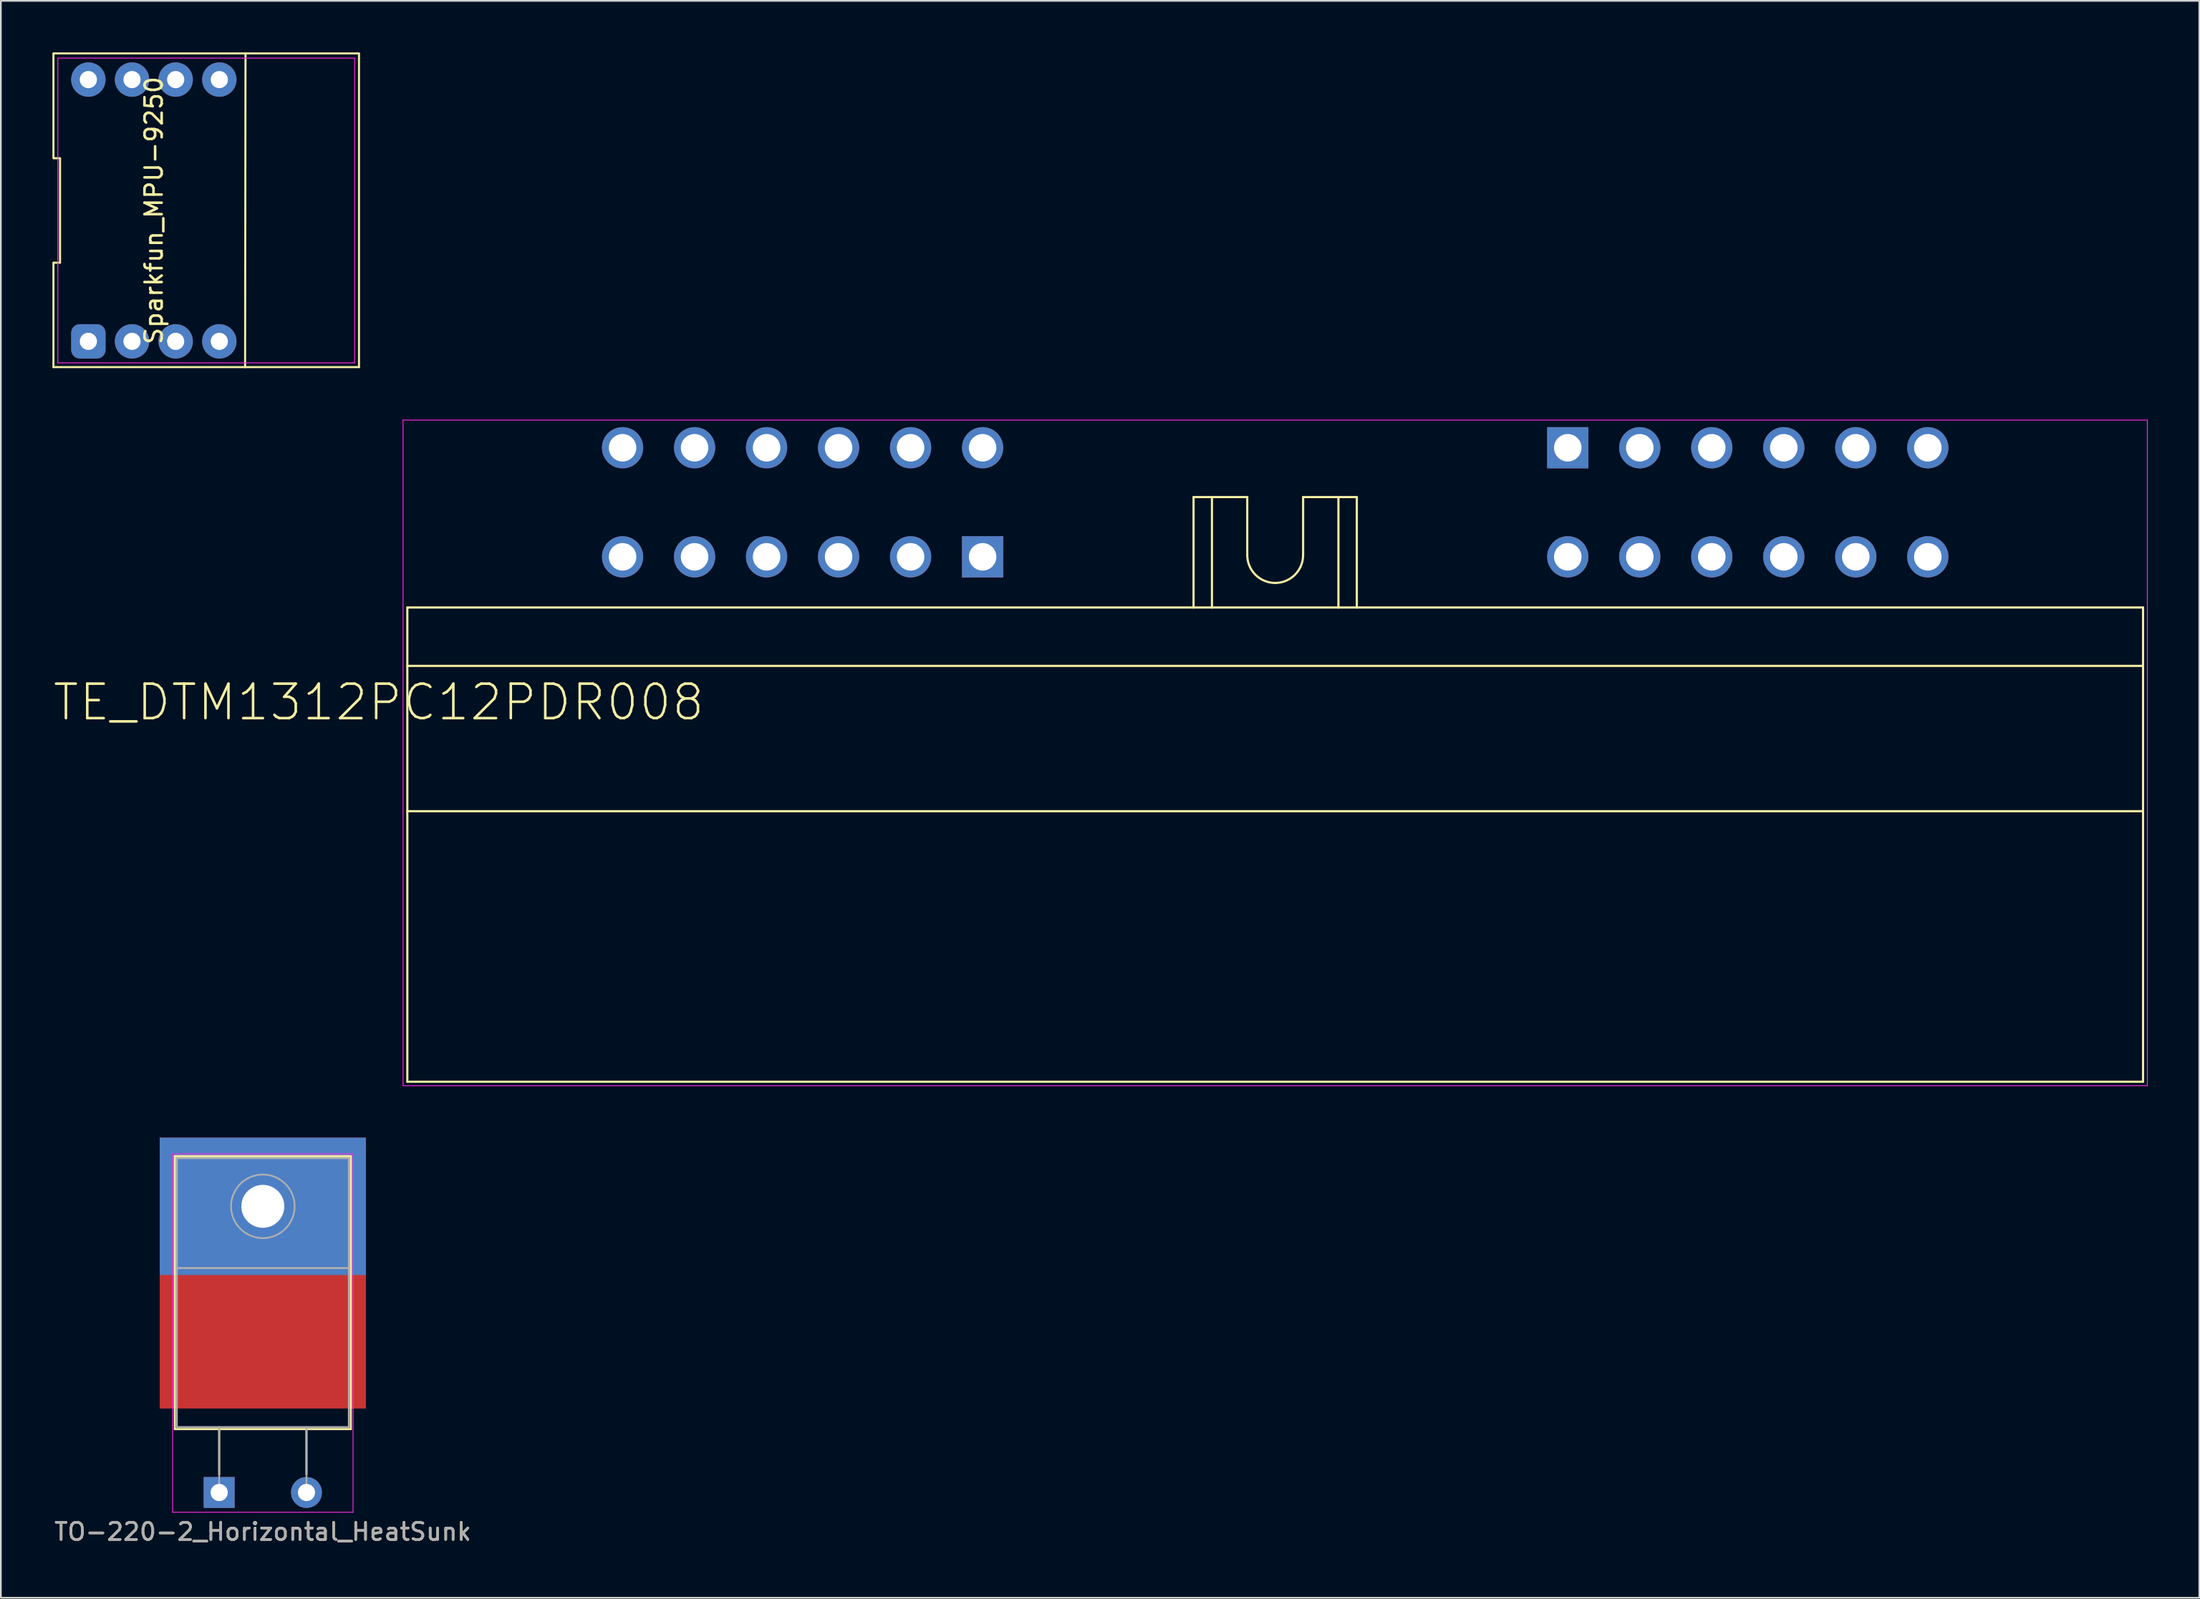
<source format=kicad_pcb>
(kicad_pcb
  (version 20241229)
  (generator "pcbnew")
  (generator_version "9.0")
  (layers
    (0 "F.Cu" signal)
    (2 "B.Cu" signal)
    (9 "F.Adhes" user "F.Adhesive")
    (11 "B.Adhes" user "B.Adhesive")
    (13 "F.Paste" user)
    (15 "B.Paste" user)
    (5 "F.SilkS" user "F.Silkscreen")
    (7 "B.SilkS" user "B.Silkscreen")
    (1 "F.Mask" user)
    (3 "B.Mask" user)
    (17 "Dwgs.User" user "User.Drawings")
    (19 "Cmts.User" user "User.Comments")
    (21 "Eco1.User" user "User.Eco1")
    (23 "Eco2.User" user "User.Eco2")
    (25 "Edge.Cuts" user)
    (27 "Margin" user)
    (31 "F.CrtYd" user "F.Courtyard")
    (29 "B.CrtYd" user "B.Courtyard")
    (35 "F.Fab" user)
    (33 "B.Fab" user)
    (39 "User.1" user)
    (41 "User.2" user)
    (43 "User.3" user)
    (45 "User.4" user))
  (footprint "TE_DTM1312PC12PDR008"
    (layer "F.Cu")
    (at 71.152 27.409)
    (property "Reference" "TE_DTM1312PC12PDR008" (at -52.169 10.43 180) (layer "F.SilkS") (effects (font (size 2.006 2.006) (thickness 0.15))))
    (attr through_hole)
    (fp_line (start -50.5 4.91) (end -4.75 4.91) (stroke (width 0.127) (type solid)) (layer "F.SilkS"))
    (fp_line (start -50.5 8.31) (end -50.5 4.91) (stroke (width 0.127) (type solid)) (layer "F.SilkS"))
    (fp_line (start -50.5 8.31) (end 50.5 8.31) (stroke (width 0.127) (type solid)) (layer "F.SilkS"))
    (fp_line (start -50.5 16.77) (end -50.5 8.31) (stroke (width 0.127) (type solid)) (layer "F.SilkS"))
    (fp_line (start -50.5 16.77) (end -50.5 32.52) (stroke (width 0.127) (type solid)) (layer "F.SilkS"))
    (fp_line (start -50.5 32.52) (end 50.5 32.52) (stroke (width 0.127) (type solid)) (layer "F.SilkS"))
    (fp_line (start -4.75 -1.52) (end -3.68 -1.52) (stroke (width 0.127) (type solid)) (layer "F.SilkS"))
    (fp_line (start -4.75 4.91) (end -4.75 -1.52) (stroke (width 0.127) (type solid)) (layer "F.SilkS"))
    (fp_line (start -4.75 4.91) (end -3.68 4.91) (stroke (width 0.127) (type solid)) (layer "F.SilkS"))
    (fp_line (start -3.68 -1.52) (end -1.625 -1.52) (stroke (width 0.127) (type solid)) (layer "F.SilkS"))
    (fp_line (start -3.68 4.91) (end -3.68 -1.52) (stroke (width 0.127) (type solid)) (layer "F.SilkS"))
    (fp_line (start -3.68 4.91) (end 3.68 4.91) (stroke (width 0.127) (type solid)) (layer "F.SilkS"))
    (fp_line (start -1.625 -1.52) (end -1.625 1.855) (stroke (width 0.127) (type solid)) (layer "F.SilkS"))
    (fp_line (start 1.625 -1.52) (end 3.68 -1.52) (stroke (width 0.127) (type solid)) (layer "F.SilkS"))
    (fp_line (start 1.625 1.855) (end 1.625 -1.52) (stroke (width 0.127) (type solid)) (layer "F.SilkS"))
    (fp_line (start 3.68 -1.52) (end 4.75 -1.52) (stroke (width 0.127) (type solid)) (layer "F.SilkS"))
    (fp_line (start 3.68 4.91) (end 3.68 -1.52) (stroke (width 0.127) (type solid)) (layer "F.SilkS"))
    (fp_line (start 3.68 4.91) (end 4.75 4.91) (stroke (width 0.127) (type solid)) (layer "F.SilkS"))
    (fp_line (start 4.75 -1.52) (end 4.75 4.91) (stroke (width 0.127) (type solid)) (layer "F.SilkS"))
    (fp_line (start 4.75 4.91) (end 50.5 4.91) (stroke (width 0.127) (type solid)) (layer "F.SilkS"))
    (fp_line (start 50.5 4.91) (end 50.5 8.31) (stroke (width 0.127) (type solid)) (layer "F.SilkS"))
    (fp_line (start 50.5 8.31) (end 50.5 16.77) (stroke (width 0.127) (type solid)) (layer "F.SilkS"))
    (fp_line (start 50.5 16.77) (end -50.5 16.77) (stroke (width 0.127) (type solid)) (layer "F.SilkS"))
    (fp_line (start 50.5 32.52) (end 50.5 16.77) (stroke (width 0.127) (type solid)) (layer "F.SilkS"))
    (fp_arc (start 0 3.48) (mid -1.149049 3.004049) (end -1.625 1.855) (stroke (width 0.127) (type solid)) (layer "F.SilkS"))
    (fp_arc (start 1.625 1.855) (mid 1.149049 3.004049) (end 0 3.48) (stroke (width 0.127) (type solid)) (layer "F.SilkS"))
    (fp_line (start -50.75 -6) (end -50.75 32.75) (stroke (width 0.05) (type solid)) (layer "F.CrtYd"))
    (fp_line (start -50.75 32.75) (end 50.75 32.75) (stroke (width 0.05) (type solid)) (layer "F.CrtYd"))
    (fp_line (start 50.75 -6) (end -50.75 -6) (stroke (width 0.05) (type solid)) (layer "F.CrtYd"))
    (fp_line (start 50.75 32.75) (end 50.75 -6) (stroke (width 0.05) (type solid)) (layer "F.CrtYd"))
    (pad "C1" thru_hole rect (at -17.025 1.96) (size 2.4 2.4) (drill 1.6) (layers "*.Cu" "*.Mask"))
    (pad "C2" thru_hole circle (at -21.215 1.96) (size 2.4 2.4) (drill 1.6) (layers "*.Cu" "*.Mask"))
    (pad "C3" thru_hole circle (at -25.405 1.96) (size 2.4 2.4) (drill 1.6) (layers "*.Cu" "*.Mask"))
    (pad "C4" thru_hole circle (at -29.595 1.96) (size 2.4 2.4) (drill 1.6) (layers "*.Cu" "*.Mask"))
    (pad "C5" thru_hole circle (at -33.785 1.96) (size 2.4 2.4) (drill 1.6) (layers "*.Cu" "*.Mask"))
    (pad "C6" thru_hole circle (at -37.975 1.96) (size 2.4 2.4) (drill 1.6) (layers "*.Cu" "*.Mask"))
    (pad "C7" thru_hole circle (at -37.975 -4.39) (size 2.4 2.4) (drill 1.6) (layers "*.Cu" "*.Mask"))
    (pad "C8" thru_hole circle (at -33.785 -4.39) (size 2.4 2.4) (drill 1.6) (layers "*.Cu" "*.Mask"))
    (pad "C9" thru_hole circle (at -29.595 -4.39) (size 2.4 2.4) (drill 1.6) (layers "*.Cu" "*.Mask"))
    (pad "C10" thru_hole circle (at -25.405 -4.39) (size 2.4 2.4) (drill 1.6) (layers "*.Cu" "*.Mask"))
    (pad "C11" thru_hole circle (at -21.215 -4.39) (size 2.4 2.4) (drill 1.6) (layers "*.Cu" "*.Mask"))
    (pad "C12" thru_hole circle (at -17.025 -4.39) (size 2.4 2.4) (drill 1.6) (layers "*.Cu" "*.Mask"))
    (pad "D1" thru_hole rect (at 17.025 -4.39) (size 2.4 2.4) (drill 1.6) (layers "*.Cu" "*.Mask"))
    (pad "D2" thru_hole circle (at 21.215 -4.39) (size 2.4 2.4) (drill 1.6) (layers "*.Cu" "*.Mask"))
    (pad "D3" thru_hole circle (at 25.405 -4.39) (size 2.4 2.4) (drill 1.6) (layers "*.Cu" "*.Mask"))
    (pad "D4" thru_hole circle (at 29.595 -4.39) (size 2.4 2.4) (drill 1.6) (layers "*.Cu" "*.Mask"))
    (pad "D5" thru_hole circle (at 33.785 -4.39) (size 2.4 2.4) (drill 1.6) (layers "*.Cu" "*.Mask"))
    (pad "D6" thru_hole circle (at 37.975 -4.39) (size 2.4 2.4) (drill 1.6) (layers "*.Cu" "*.Mask"))
    (pad "D7" thru_hole circle (at 37.975 1.96) (size 2.4 2.4) (drill 1.6) (layers "*.Cu" "*.Mask"))
    (pad "D8" thru_hole circle (at 33.785 1.96) (size 2.4 2.4) (drill 1.6) (layers "*.Cu" "*.Mask"))
    (pad "D9" thru_hole circle (at 29.595 1.96) (size 2.4 2.4) (drill 1.6) (layers "*.Cu" "*.Mask"))
    (pad "D10" thru_hole circle (at 25.405 1.96) (size 2.4 2.4) (drill 1.6) (layers "*.Cu" "*.Mask"))
    (pad "D11" thru_hole circle (at 21.215 1.96) (size 2.4 2.4) (drill 1.6) (layers "*.Cu" "*.Mask"))
    (pad "D12" thru_hole circle (at 17.025 1.96) (size 2.4 2.4) (drill 1.6) (layers "*.Cu" "*.Mask")))
  (footprint "Sparkfun_MPU-9250"
    (layer "F.Cu")
    (at 5.902 9.204)
    (property "Reference" "Sparkfun_MPU-9250" (at 0 0 270) (layer "F.SilkS") (effects (font (size 1 1) (thickness 0.15))))
    (attr through_hole)
    (fp_line (start -5.842 3.04) (end -5.842 9.12) (stroke (width 0.12) (type solid)) (layer "F.SilkS"))
    (fp_line (start -5.842 9.12) (end 5.31 9.12) (stroke (width 0.12) (type solid)) (layer "F.SilkS"))
    (fp_line (start -5.842 -9.128) (end -5.842 -3.048) (stroke (width 0.12) (type solid)) (layer "F.SilkS"))
    (fp_line (start -5.818 -3.04) (end -5.458 -3.04) (stroke (width 0.12) (type solid)) (layer "F.SilkS"))
    (fp_line (start -5.458 -3.04) (end -5.458 3.04) (stroke (width 0.12) (type solid)) (layer "F.SilkS"))
    (fp_line (start -5.458 3.04) (end -5.818 3.04) (stroke (width 0.12) (type solid)) (layer "F.SilkS"))
    (fp_line (start 5.31 9.12) (end 11.938 9.12) (stroke (width 0.12) (type solid)) (layer "F.SilkS"))
    (fp_line (start 5.334 -9.144) (end 5.31 9.12) (stroke (width 0.12) (type solid)) (layer "F.SilkS"))
    (fp_line (start 11.938 9.12) (end 11.938 -9.12) (stroke (width 0.12) (type solid)) (layer "F.SilkS"))
    (fp_line (start 11.938 -9.144) (end -5.842 -9.144) (stroke (width 0.12) (type solid)) (layer "F.SilkS"))
    (fp_line (start -5.588 -8.87) (end 11.684 -8.87) (stroke (width 0.05) (type solid)) (layer "F.CrtYd"))
    (fp_line (start -5.588 8.87) (end -5.588 -8.87) (stroke (width 0.05) (type solid)) (layer "F.CrtYd"))
    (fp_line (start 11.684 -8.87) (end 11.684 8.87) (stroke (width 0.05) (type solid)) (layer "F.CrtYd"))
    (fp_line (start 11.684 8.87) (end -5.588 8.87) (stroke (width 0.05) (type solid)) (layer "F.CrtYd"))
    (pad "1" thru_hole roundrect (at -3.81 7.62) (size 2 2) (drill 1) (layers "*.Cu" "*.Mask") (roundrect_rratio 0.25))
    (pad "2" thru_hole circle (at -1.27 7.62) (size 2 2) (drill 1) (layers "*.Cu" "*.Mask"))
    (pad "3" thru_hole circle (at 1.27 7.62) (size 2 2) (drill 1) (layers "*.Cu" "*.Mask"))
    (pad "4" thru_hole circle (at 3.81 7.62) (size 2 2) (drill 1) (layers "*.Cu" "*.Mask"))
    (pad "5" thru_hole circle (at 3.81 -7.62) (size 2 2) (drill 1) (layers "*.Cu" "*.Mask"))
    (pad "6" thru_hole circle (at 1.27 -7.62) (size 2 2) (drill 1) (layers "*.Cu" "*.Mask"))
    (pad "7" thru_hole circle (at -1.27 -7.62) (size 2 2) (drill 1) (layers "*.Cu" "*.Mask"))
    (pad "8" thru_hole circle (at -3.81 -7.62) (size 2 2) (drill 1) (layers "*.Cu" "*.Mask")))
  (footprint "TO-220-2_Horizontal_HeatSunk"
    (layer "F.Cu")
    (at 9.704 83.844)
    (property "Reference" "TO-220-2_Horizontal_HeatSunk" (at 2.54 2.28 0) (layer "F.SilkS") (effects (font (size 1 1) (thickness 0.15))))
    (attr through_hole)
    (fp_line (start -2.58 -19.58) (end -2.58 -3.69) (stroke (width 0.12) (type solid)) (layer "F.SilkS"))
    (fp_line (start -2.58 -19.58) (end 7.66 -19.58) (stroke (width 0.12) (type solid)) (layer "F.SilkS"))
    (fp_line (start -2.58 -3.69) (end 7.66 -3.69) (stroke (width 0.12) (type solid)) (layer "F.SilkS"))
    (fp_line (start 0 -3.69) (end 0 -1.05) (stroke (width 0.12) (type solid)) (layer "F.SilkS"))
    (fp_line (start 5.08 -3.69) (end 5.08 -1.066) (stroke (width 0.12) (type solid)) (layer "F.SilkS"))
    (fp_line (start 7.66 -19.58) (end 7.66 -3.69) (stroke (width 0.12) (type solid)) (layer "F.SilkS"))
    (fp_line (start -2.71 -19.71) (end -2.71 1.15) (stroke (width 0.05) (type solid)) (layer "F.CrtYd"))
    (fp_line (start -2.71 1.15) (end 7.79 1.15) (stroke (width 0.05) (type solid)) (layer "F.CrtYd"))
    (fp_line (start 7.79 -19.71) (end -2.71 -19.71) (stroke (width 0.05) (type solid)) (layer "F.CrtYd"))
    (fp_line (start 7.79 1.15) (end 7.79 -19.71) (stroke (width 0.05) (type solid)) (layer "F.CrtYd"))
    (fp_line (start -2.46 -19.46) (end 7.54 -19.46) (stroke (width 0.1) (type solid)) (layer "F.Fab"))
    (fp_line (start -2.46 -13.06) (end -2.46 -19.46) (stroke (width 0.1) (type solid)) (layer "F.Fab"))
    (fp_line (start -2.46 -13.06) (end 7.54 -13.06) (stroke (width 0.1) (type solid)) (layer "F.Fab"))
    (fp_line (start -2.46 -3.81) (end -2.46 -13.06) (stroke (width 0.1) (type solid)) (layer "F.Fab"))
    (fp_line (start 0 -3.81) (end 0 0) (stroke (width 0.1) (type solid)) (layer "F.Fab"))
    (fp_line (start 5.08 -3.81) (end 5.08 0) (stroke (width 0.1) (type solid)) (layer "F.Fab"))
    (fp_line (start 7.54 -19.46) (end 7.54 -13.06) (stroke (width 0.1) (type solid)) (layer "F.Fab"))
    (fp_line (start 7.54 -13.06) (end -2.46 -13.06) (stroke (width 0.1) (type solid)) (layer "F.Fab"))
    (fp_line (start 7.54 -13.06) (end 7.54 -3.81) (stroke (width 0.1) (type solid)) (layer "F.Fab"))
    (fp_line (start 7.54 -3.81) (end -2.46 -3.81) (stroke (width 0.1) (type solid)) (layer "F.Fab"))
    (fp_circle (center 2.54 -16.66) (end 4.39 -16.66) (stroke (width 0.1) (type solid)) (fill no) (layer "F.Fab"))
    (fp_text user "${REFERENCE}" (at 2.54 2.28 0) (layer "F.Fab") (effects (font (size 1 1) (thickness 0.15))))
    (pad "1" thru_hole rect (at 0 0) (size 1.8 1.8) (drill 1) (layers "*.Cu" "*.Mask"))
    (pad "2" thru_hole rect (at 2.54 -16.66) (size 12 8) (drill 2.5) (layers "*.Cu" "*.Mask" "F.Paste"))
    (pad "2" smd rect (at 2.54 -8.89) (size 12 8) (layers "F.Cu" "F.Mask" "F.Paste"))
    (pad "2" thru_hole oval (at 5.08 0) (size 1.8 1.8) (drill 1) (layers "*.Cu" "*.Mask")))
  (gr_rect
    (start -3 -3)
    (end 124.927 89.972)
    (stroke (width 0.1) (type default))
    (fill no)
    (layer "Edge.Cuts")))
</source>
